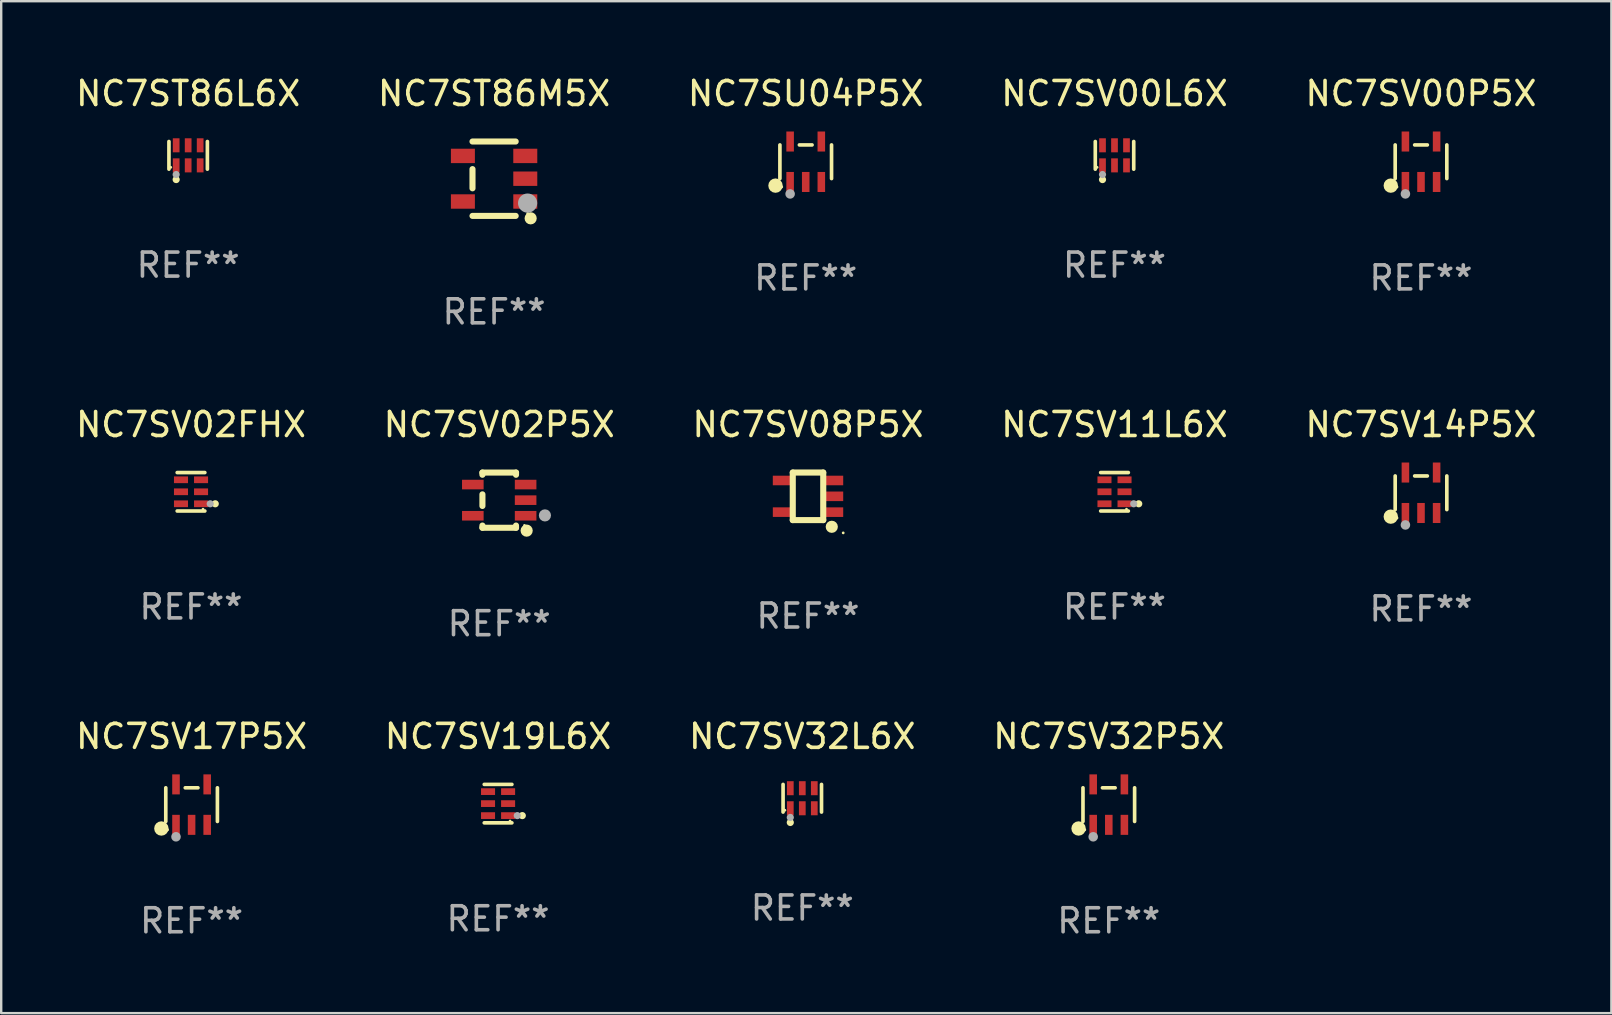
<source format=kicad_pcb>
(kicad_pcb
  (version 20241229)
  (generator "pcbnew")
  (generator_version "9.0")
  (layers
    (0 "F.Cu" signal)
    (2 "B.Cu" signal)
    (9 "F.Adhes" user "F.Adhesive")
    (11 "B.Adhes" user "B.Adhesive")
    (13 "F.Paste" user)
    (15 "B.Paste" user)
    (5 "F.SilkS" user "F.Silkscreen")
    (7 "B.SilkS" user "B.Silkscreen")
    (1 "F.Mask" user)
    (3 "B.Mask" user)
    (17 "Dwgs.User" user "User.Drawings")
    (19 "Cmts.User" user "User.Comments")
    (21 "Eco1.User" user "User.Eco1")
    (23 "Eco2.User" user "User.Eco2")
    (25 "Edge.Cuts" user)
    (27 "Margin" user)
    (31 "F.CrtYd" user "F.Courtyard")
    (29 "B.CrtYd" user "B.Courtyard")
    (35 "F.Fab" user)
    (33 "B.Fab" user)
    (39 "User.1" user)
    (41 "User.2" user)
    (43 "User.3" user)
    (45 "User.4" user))
  (footprint "NC7ST86L6X"
    (layer "F.Cu")
    (at 4.792 3.424)
    (property "Reference" "NC7ST86L6X" (at 0 -2.576 0) (layer "F.SilkS") (effects (font (size 1 1) (thickness 0.15))))
    (attr through_hole)
    (fp_line (start -0.801 0.576) (end -0.801 -0.576) (stroke (width 0.152) (type solid)) (layer "F.SilkS"))
    (fp_line (start 0.801 0.576) (end 0.801 -0.576) (stroke (width 0.152) (type solid)) (layer "F.SilkS"))
    (fp_circle (center -0.725 0.5) (end -0.695 0.5) (stroke (width 0.06) (type solid)) (fill no) (layer "F.SilkS"))
    (fp_circle (center -0.5 1.01) (end -0.425 1.01) (stroke (width 0.15) (type solid)) (fill no) (layer "F.SilkS"))
    (fp_circle (center -0.5 0.8) (end -0.425 0.8) (stroke (width 0.15) (type solid)) (fill no) (layer "F.Fab"))
    (fp_text user "REF**" (at 0 4.576 0) (layer "F.Fab") (effects (font (size 1 1) (thickness 0.15))))
    (pad "1" smd rect (at -0.5 0.418) (size 0.28 0.585) (layers "F.Cu" "F.Mask" "F.Paste"))
    (pad "2" smd rect (at 0 0.418) (size 0.28 0.585) (layers "F.Cu" "F.Mask" "F.Paste"))
    (pad "3" smd rect (at 0.5 0.418) (size 0.28 0.585) (layers "F.Cu" "F.Mask" "F.Paste"))
    (pad "4" smd rect (at 0.5 -0.418) (size 0.28 0.585) (layers "F.Cu" "F.Mask" "F.Paste"))
    (pad "5" smd rect (at 0 -0.418) (size 0.28 0.585) (layers "F.Cu" "F.Mask" "F.Paste"))
    (pad "6" smd rect (at -0.5 -0.418) (size 0.28 0.585) (layers "F.Cu" "F.Mask" "F.Paste")))
  (footprint "NC7SV02P5X"
    (layer "F.Cu")
    (at 17.756 17.795)
    (property "Reference" "NC7SV02P5X" (at 0 -3.15 0) (layer "F.SilkS") (effects (font (size 1 1) (thickness 0.15))))
    (attr through_hole)
    (fp_line (start -0.7 -1.15) (end 0.7 -1.15) (stroke (width 0.254) (type solid)) (layer "F.SilkS"))
    (fp_line (start -0.7 -1.058) (end -0.7 -1.15) (stroke (width 0.254) (type solid)) (layer "F.SilkS"))
    (fp_line (start -0.7 0.242) (end -0.7 -0.242) (stroke (width 0.254) (type solid)) (layer "F.SilkS"))
    (fp_line (start -0.7 1.15) (end -0.7 1.058) (stroke (width 0.254) (type solid)) (layer "F.SilkS"))
    (fp_line (start -0.7 1.15) (end 0.7 1.15) (stroke (width 0.254) (type solid)) (layer "F.SilkS"))
    (fp_line (start 0.7 -1.058) (end 0.7 -1.15) (stroke (width 0.254) (type solid)) (layer "F.SilkS"))
    (fp_line (start 0.7 1.15) (end 0.7 1.058) (stroke (width 0.254) (type solid)) (layer "F.SilkS"))
    (fp_circle (center 1.053 1.052) (end 1.083 1.052) (stroke (width 0.06) (type solid)) (fill no) (layer "F.SilkS"))
    (fp_circle (center 1.143 1.27) (end 1.27 1.27) (stroke (width 0.254) (type solid)) (fill no) (layer "F.SilkS"))
    (fp_circle (center 1.905 0.635) (end 2.032 0.635) (stroke (width 0.254) (type solid)) (fill no) (layer "F.Fab"))
    (fp_text user "REF**" (at 0 5.15 0) (layer "F.Fab") (effects (font (size 1 1) (thickness 0.15))))
    (pad "1" smd rect (at 1.1 0.65 90) (size 0.4 0.9) (layers "F.Cu" "F.Mask" "F.Paste"))
    (pad "2" smd rect (at 1.1 0.000076 90) (size 0.4 0.9) (layers "F.Cu" "F.Mask" "F.Paste"))
    (pad "3" smd rect (at 1.1 -0.65 90) (size 0.4 0.9) (layers "F.Cu" "F.Mask" "F.Paste"))
    (pad "4" smd rect (at -1.1 -0.65 90) (size 0.4 0.9) (layers "F.Cu" "F.Mask" "F.Paste"))
    (pad "5" smd rect (at -1.1 0.65 90) (size 0.4 0.9) (layers "F.Cu" "F.Mask" "F.Paste")))
  (footprint "NC7SV00P5X"
    (layer "F.Cu")
    (at 56.173 3.691)
    (property "Reference" "NC7SV00P5X" (at 0 -2.843 0) (layer "F.SilkS") (effects (font (size 1 1) (thickness 0.15))))
    (attr through_hole)
    (fp_line (start -1.076 0.701) (end -1.076 -0.701) (stroke (width 0.152) (type solid)) (layer "F.SilkS"))
    (fp_line (start 0.264 -0.701) (end -0.264 -0.701) (stroke (width 0.152) (type solid)) (layer "F.SilkS"))
    (fp_line (start 1.076 0.701) (end 1.076 -0.701) (stroke (width 0.152) (type solid)) (layer "F.SilkS"))
    (fp_circle (center -1.26 0.995) (end -1.11 0.995) (stroke (width 0.3) (type solid)) (fill no) (layer "F.SilkS"))
    (fp_circle (center -1 1.05) (end -0.97 1.05) (stroke (width 0.06) (type solid)) (fill no) (layer "F.SilkS"))
    (fp_circle (center -0.65 1.341) (end -0.55 1.341) (stroke (width 0.2) (type solid)) (fill no) (layer "F.Fab"))
    (fp_text user "REF**" (at 0 4.843 0) (layer "F.Fab") (effects (font (size 1 1) (thickness 0.15))))
    (pad "1" smd rect (at -0.65 0.843) (size 0.315 0.835) (layers "F.Cu" "F.Mask" "F.Paste"))
    (pad "2" smd rect (at 0.00014 0.843) (size 0.315 0.835) (layers "F.Cu" "F.Mask" "F.Paste"))
    (pad "3" smd rect (at 0.65 0.843) (size 0.315 0.835) (layers "F.Cu" "F.Mask" "F.Paste"))
    (pad "4" smd rect (at 0.65 -0.843) (size 0.315 0.835) (layers "F.Cu" "F.Mask" "F.Paste"))
    (pad "5" smd rect (at -0.65 -0.843) (size 0.315 0.835) (layers "F.Cu" "F.Mask" "F.Paste")))
  (footprint "NC7SV11L6X"
    (layer "F.Cu")
    (at 43.399 17.446)
    (property "Reference" "NC7SV11L6X" (at 0 -2.801 0) (layer "F.SilkS") (effects (font (size 1 1) (thickness 0.15))))
    (attr through_hole)
    (fp_line (start 0.576 -0.801) (end -0.576 -0.801) (stroke (width 0.152) (type solid)) (layer "F.SilkS"))
    (fp_line (start 0.576 0.801) (end -0.576 0.801) (stroke (width 0.152) (type solid)) (layer "F.SilkS"))
    (fp_circle (center 0.5 0.725) (end 0.53 0.725) (stroke (width 0.06) (type solid)) (fill no) (layer "F.SilkS"))
    (fp_circle (center 1.01 0.5) (end 1.085 0.5) (stroke (width 0.15) (type solid)) (fill no) (layer "F.SilkS"))
    (fp_circle (center 0.8 0.5) (end 0.875 0.5) (stroke (width 0.15) (type solid)) (fill no) (layer "F.Fab"))
    (fp_text user "REF**" (at 0 4.801 0) (layer "F.Fab") (effects (font (size 1 1) (thickness 0.15))))
    (pad "1" smd rect (at 0.418 0.5 90) (size 0.28 0.585) (layers "F.Cu" "F.Mask" "F.Paste"))
    (pad "2" smd rect (at 0.418 0 90) (size 0.28 0.585) (layers "F.Cu" "F.Mask" "F.Paste"))
    (pad "3" smd rect (at 0.418 -0.5 90) (size 0.28 0.585) (layers "F.Cu" "F.Mask" "F.Paste"))
    (pad "4" smd rect (at -0.418 -0.5 90) (size 0.28 0.585) (layers "F.Cu" "F.Mask" "F.Paste"))
    (pad "5" smd rect (at -0.418 0 90) (size 0.28 0.585) (layers "F.Cu" "F.Mask" "F.Paste"))
    (pad "6" smd rect (at -0.418 0.5 90) (size 0.28 0.585) (layers "F.Cu" "F.Mask" "F.Paste")))
  (footprint "NC7SV19L6X"
    (layer "F.Cu")
    (at 17.708 30.442)
    (property "Reference" "NC7SV19L6X" (at 0 -2.801 0) (layer "F.SilkS") (effects (font (size 1 1) (thickness 0.15))))
    (attr through_hole)
    (fp_line (start 0.576 -0.801) (end -0.576 -0.801) (stroke (width 0.152) (type solid)) (layer "F.SilkS"))
    (fp_line (start 0.576 0.801) (end -0.576 0.801) (stroke (width 0.152) (type solid)) (layer "F.SilkS"))
    (fp_circle (center 0.5 0.725) (end 0.53 0.725) (stroke (width 0.06) (type solid)) (fill no) (layer "F.SilkS"))
    (fp_circle (center 1.01 0.5) (end 1.085 0.5) (stroke (width 0.15) (type solid)) (fill no) (layer "F.SilkS"))
    (fp_circle (center 0.8 0.5) (end 0.875 0.5) (stroke (width 0.15) (type solid)) (fill no) (layer "F.Fab"))
    (fp_text user "REF**" (at 0 4.801 0) (layer "F.Fab") (effects (font (size 1 1) (thickness 0.15))))
    (pad "1" smd rect (at 0.418 0.5 90) (size 0.28 0.585) (layers "F.Cu" "F.Mask" "F.Paste"))
    (pad "2" smd rect (at 0.418 0 90) (size 0.28 0.585) (layers "F.Cu" "F.Mask" "F.Paste"))
    (pad "3" smd rect (at 0.418 -0.5 90) (size 0.28 0.585) (layers "F.Cu" "F.Mask" "F.Paste"))
    (pad "4" smd rect (at -0.418 -0.5 90) (size 0.28 0.585) (layers "F.Cu" "F.Mask" "F.Paste"))
    (pad "5" smd rect (at -0.418 0 90) (size 0.28 0.585) (layers "F.Cu" "F.Mask" "F.Paste"))
    (pad "6" smd rect (at -0.418 0.5 90) (size 0.28 0.585) (layers "F.Cu" "F.Mask" "F.Paste")))
  (footprint "NC7SU04P5X"
    (layer "F.Cu")
    (at 30.53 3.691)
    (property "Reference" "NC7SU04P5X" (at 0 -2.843 0) (layer "F.SilkS") (effects (font (size 1 1) (thickness 0.15))))
    (attr through_hole)
    (fp_line (start -1.076 0.701) (end -1.076 -0.701) (stroke (width 0.152) (type solid)) (layer "F.SilkS"))
    (fp_line (start 0.264 -0.701) (end -0.264 -0.701) (stroke (width 0.152) (type solid)) (layer "F.SilkS"))
    (fp_line (start 1.076 0.701) (end 1.076 -0.701) (stroke (width 0.152) (type solid)) (layer "F.SilkS"))
    (fp_circle (center -1.26 0.995) (end -1.11 0.995) (stroke (width 0.3) (type solid)) (fill no) (layer "F.SilkS"))
    (fp_circle (center -1 1.05) (end -0.97 1.05) (stroke (width 0.06) (type solid)) (fill no) (layer "F.SilkS"))
    (fp_circle (center -0.65 1.341) (end -0.55 1.341) (stroke (width 0.2) (type solid)) (fill no) (layer "F.Fab"))
    (fp_text user "REF**" (at 0 4.843 0) (layer "F.Fab") (effects (font (size 1 1) (thickness 0.15))))
    (pad "1" smd rect (at -0.65 0.843) (size 0.315 0.835) (layers "F.Cu" "F.Mask" "F.Paste"))
    (pad "2" smd rect (at 0.00014 0.843) (size 0.315 0.835) (layers "F.Cu" "F.Mask" "F.Paste"))
    (pad "3" smd rect (at 0.65 0.843) (size 0.315 0.835) (layers "F.Cu" "F.Mask" "F.Paste"))
    (pad "4" smd rect (at 0.65 -0.843) (size 0.315 0.835) (layers "F.Cu" "F.Mask" "F.Paste"))
    (pad "5" smd rect (at -0.65 -0.843) (size 0.315 0.835) (layers "F.Cu" "F.Mask" "F.Paste")))
  (footprint "NC7SV17P5X"
    (layer "F.Cu")
    (at 4.935 30.484)
    (property "Reference" "NC7SV17P5X" (at 0 -2.843 0) (layer "F.SilkS") (effects (font (size 1 1) (thickness 0.15))))
    (attr through_hole)
    (fp_line (start -1.076 0.701) (end -1.076 -0.701) (stroke (width 0.152) (type solid)) (layer "F.SilkS"))
    (fp_line (start 0.264 -0.701) (end -0.264 -0.701) (stroke (width 0.152) (type solid)) (layer "F.SilkS"))
    (fp_line (start 1.076 0.701) (end 1.076 -0.701) (stroke (width 0.152) (type solid)) (layer "F.SilkS"))
    (fp_circle (center -1.26 0.995) (end -1.11 0.995) (stroke (width 0.3) (type solid)) (fill no) (layer "F.SilkS"))
    (fp_circle (center -1 1.05) (end -0.97 1.05) (stroke (width 0.06) (type solid)) (fill no) (layer "F.SilkS"))
    (fp_circle (center -0.65 1.341) (end -0.55 1.341) (stroke (width 0.2) (type solid)) (fill no) (layer "F.Fab"))
    (fp_text user "REF**" (at 0 4.843 0) (layer "F.Fab") (effects (font (size 1 1) (thickness 0.15))))
    (pad "1" smd rect (at -0.65 0.843) (size 0.315 0.835) (layers "F.Cu" "F.Mask" "F.Paste"))
    (pad "2" smd rect (at 0.00014 0.843) (size 0.315 0.835) (layers "F.Cu" "F.Mask" "F.Paste"))
    (pad "3" smd rect (at 0.65 0.843) (size 0.315 0.835) (layers "F.Cu" "F.Mask" "F.Paste"))
    (pad "4" smd rect (at 0.65 -0.843) (size 0.315 0.835) (layers "F.Cu" "F.Mask" "F.Paste"))
    (pad "5" smd rect (at -0.65 -0.843) (size 0.315 0.835) (layers "F.Cu" "F.Mask" "F.Paste")))
  (footprint "NC7SV32P5X"
    (layer "F.Cu")
    (at 43.161 30.484)
    (property "Reference" "NC7SV32P5X" (at 0 -2.843 0) (layer "F.SilkS") (effects (font (size 1 1) (thickness 0.15))))
    (attr through_hole)
    (fp_line (start -1.076 0.701) (end -1.076 -0.701) (stroke (width 0.152) (type solid)) (layer "F.SilkS"))
    (fp_line (start 0.264 -0.701) (end -0.264 -0.701) (stroke (width 0.152) (type solid)) (layer "F.SilkS"))
    (fp_line (start 1.076 0.701) (end 1.076 -0.701) (stroke (width 0.152) (type solid)) (layer "F.SilkS"))
    (fp_circle (center -1.26 0.995) (end -1.11 0.995) (stroke (width 0.3) (type solid)) (fill no) (layer "F.SilkS"))
    (fp_circle (center -1 1.05) (end -0.97 1.05) (stroke (width 0.06) (type solid)) (fill no) (layer "F.SilkS"))
    (fp_circle (center -0.65 1.341) (end -0.55 1.341) (stroke (width 0.2) (type solid)) (fill no) (layer "F.Fab"))
    (fp_text user "REF**" (at 0 4.843 0) (layer "F.Fab") (effects (font (size 1 1) (thickness 0.15))))
    (pad "1" smd rect (at -0.65 0.843) (size 0.315 0.835) (layers "F.Cu" "F.Mask" "F.Paste"))
    (pad "2" smd rect (at 0.00014 0.843) (size 0.315 0.835) (layers "F.Cu" "F.Mask" "F.Paste"))
    (pad "3" smd rect (at 0.65 0.843) (size 0.315 0.835) (layers "F.Cu" "F.Mask" "F.Paste"))
    (pad "4" smd rect (at 0.65 -0.843) (size 0.315 0.835) (layers "F.Cu" "F.Mask" "F.Paste"))
    (pad "5" smd rect (at -0.65 -0.843) (size 0.315 0.835) (layers "F.Cu" "F.Mask" "F.Paste")))
  (footprint "NC7SV32L6X"
    (layer "F.Cu")
    (at 30.387 30.218)
    (property "Reference" "NC7SV32L6X" (at 0 -2.576 0) (layer "F.SilkS") (effects (font (size 1 1) (thickness 0.15))))
    (attr through_hole)
    (fp_line (start -0.801 0.576) (end -0.801 -0.576) (stroke (width 0.152) (type solid)) (layer "F.SilkS"))
    (fp_line (start 0.801 0.576) (end 0.801 -0.576) (stroke (width 0.152) (type solid)) (layer "F.SilkS"))
    (fp_circle (center -0.725 0.5) (end -0.695 0.5) (stroke (width 0.06) (type solid)) (fill no) (layer "F.SilkS"))
    (fp_circle (center -0.5 1.01) (end -0.425 1.01) (stroke (width 0.15) (type solid)) (fill no) (layer "F.SilkS"))
    (fp_circle (center -0.5 0.8) (end -0.425 0.8) (stroke (width 0.15) (type solid)) (fill no) (layer "F.Fab"))
    (fp_text user "REF**" (at 0 4.576 0) (layer "F.Fab") (effects (font (size 1 1) (thickness 0.15))))
    (pad "1" smd rect (at -0.5 0.418) (size 0.28 0.585) (layers "F.Cu" "F.Mask" "F.Paste"))
    (pad "2" smd rect (at 0 0.418) (size 0.28 0.585) (layers "F.Cu" "F.Mask" "F.Paste"))
    (pad "3" smd rect (at 0.5 0.418) (size 0.28 0.585) (layers "F.Cu" "F.Mask" "F.Paste"))
    (pad "4" smd rect (at 0.5 -0.418) (size 0.28 0.585) (layers "F.Cu" "F.Mask" "F.Paste"))
    (pad "5" smd rect (at 0 -0.418) (size 0.28 0.585) (layers "F.Cu" "F.Mask" "F.Paste"))
    (pad "6" smd rect (at -0.5 -0.418) (size 0.28 0.585) (layers "F.Cu" "F.Mask" "F.Paste")))
  (footprint "NC7SV14P5X"
    (layer "F.Cu")
    (at 56.173 17.487)
    (property "Reference" "NC7SV14P5X" (at 0 -2.843 0) (layer "F.SilkS") (effects (font (size 1 1) (thickness 0.15))))
    (attr through_hole)
    (fp_line (start -1.076 0.701) (end -1.076 -0.701) (stroke (width 0.152) (type solid)) (layer "F.SilkS"))
    (fp_line (start 0.264 -0.701) (end -0.264 -0.701) (stroke (width 0.152) (type solid)) (layer "F.SilkS"))
    (fp_line (start 1.076 0.701) (end 1.076 -0.701) (stroke (width 0.152) (type solid)) (layer "F.SilkS"))
    (fp_circle (center -1.26 0.995) (end -1.11 0.995) (stroke (width 0.3) (type solid)) (fill no) (layer "F.SilkS"))
    (fp_circle (center -1 1.05) (end -0.97 1.05) (stroke (width 0.06) (type solid)) (fill no) (layer "F.SilkS"))
    (fp_circle (center -0.65 1.341) (end -0.55 1.341) (stroke (width 0.2) (type solid)) (fill no) (layer "F.Fab"))
    (fp_text user "REF**" (at 0 4.843 0) (layer "F.Fab") (effects (font (size 1 1) (thickness 0.15))))
    (pad "1" smd rect (at -0.65 0.843) (size 0.315 0.835) (layers "F.Cu" "F.Mask" "F.Paste"))
    (pad "2" smd rect (at 0.00014 0.843) (size 0.315 0.835) (layers "F.Cu" "F.Mask" "F.Paste"))
    (pad "3" smd rect (at 0.65 0.843) (size 0.315 0.835) (layers "F.Cu" "F.Mask" "F.Paste"))
    (pad "4" smd rect (at 0.65 -0.843) (size 0.315 0.835) (layers "F.Cu" "F.Mask" "F.Paste"))
    (pad "5" smd rect (at -0.65 -0.843) (size 0.315 0.835) (layers "F.Cu" "F.Mask" "F.Paste")))
  (footprint "NC7ST86M5X"
    (layer "F.Cu")
    (at 17.542 4.398)
    (property "Reference" "NC7ST86M5X" (at 0 -3.55 0) (layer "F.SilkS") (effects (font (size 1 1) (thickness 0.15))))
    (attr through_hole)
    (fp_line (start -0.9 -1.55) (end 0.9 -1.55) (stroke (width 0.254) (type solid)) (layer "F.SilkS"))
    (fp_line (start -0.9 0.4) (end -0.9 -0.4) (stroke (width 0.254) (type solid)) (layer "F.SilkS"))
    (fp_line (start -0.9 1.55) (end 0.9 1.55) (stroke (width 0.254) (type solid)) (layer "F.SilkS"))
    (fp_circle (center 1.4 1.45) (end 1.43 1.45) (stroke (width 0.06) (type solid)) (fill no) (layer "F.SilkS"))
    (fp_circle (center 1.524 1.651) (end 1.651 1.651) (stroke (width 0.254) (type solid)) (fill no) (layer "F.SilkS"))
    (fp_circle (center 1.397 1.016) (end 1.597 1.016) (stroke (width 0.4) (type solid)) (fill no) (layer "F.Fab"))
    (fp_text user "REF**" (at 0 5.55 0) (layer "F.Fab") (effects (font (size 1 1) (thickness 0.15))))
    (pad "1" smd rect (at 1.3 0.95) (size 1 0.6) (layers "F.Cu" "F.Mask" "F.Paste"))
    (pad "2" smd rect (at 1.3 -0.000051) (size 1 0.6) (layers "F.Cu" "F.Mask" "F.Paste"))
    (pad "3" smd rect (at 1.3 -0.95) (size 1 0.6) (layers "F.Cu" "F.Mask" "F.Paste"))
    (pad "4" smd rect (at -1.3 -0.95) (size 1 0.6) (layers "F.Cu" "F.Mask" "F.Paste"))
    (pad "5" smd rect (at -1.3 0.95) (size 1 0.6) (layers "F.Cu" "F.Mask" "F.Paste")))
  (footprint "NC7SV02FHX"
    (layer "F.Cu")
    (at 4.911 17.446)
    (property "Reference" "NC7SV02FHX" (at 0 -2.801 0) (layer "F.SilkS") (effects (font (size 1 1) (thickness 0.15))))
    (attr through_hole)
    (fp_line (start 0.576 -0.801) (end -0.576 -0.801) (stroke (width 0.152) (type solid)) (layer "F.SilkS"))
    (fp_line (start 0.576 0.801) (end -0.576 0.801) (stroke (width 0.152) (type solid)) (layer "F.SilkS"))
    (fp_circle (center 0.5 0.725) (end 0.53 0.725) (stroke (width 0.06) (type solid)) (fill no) (layer "F.SilkS"))
    (fp_circle (center 1.01 0.5) (end 1.085 0.5) (stroke (width 0.15) (type solid)) (fill no) (layer "F.SilkS"))
    (fp_circle (center 0.8 0.5) (end 0.875 0.5) (stroke (width 0.15) (type solid)) (fill no) (layer "F.Fab"))
    (fp_text user "REF**" (at 0 4.801 0) (layer "F.Fab") (effects (font (size 1 1) (thickness 0.15))))
    (pad "1" smd rect (at 0.418 0.5 90) (size 0.28 0.585) (layers "F.Cu" "F.Mask" "F.Paste"))
    (pad "2" smd rect (at 0.418 0 90) (size 0.28 0.585) (layers "F.Cu" "F.Mask" "F.Paste"))
    (pad "3" smd rect (at 0.418 -0.5 90) (size 0.28 0.585) (layers "F.Cu" "F.Mask" "F.Paste"))
    (pad "4" smd rect (at -0.418 -0.5 90) (size 0.28 0.585) (layers "F.Cu" "F.Mask" "F.Paste"))
    (pad "5" smd rect (at -0.418 0 90) (size 0.28 0.585) (layers "F.Cu" "F.Mask" "F.Paste"))
    (pad "6" smd rect (at -0.418 0.5 90) (size 0.28 0.585) (layers "F.Cu" "F.Mask" "F.Paste")))
  (footprint "NC7SV08P5X"
    (layer "F.Cu")
    (at 30.625 17.635)
    (property "Reference" "NC7SV08P5X" (at 0 -2.991 0) (layer "F.SilkS") (effects (font (size 1 1) (thickness 0.15))))
    (attr through_hole)
    (fp_line (start -0.635 -0.991) (end 0.635 -0.991) (stroke (width 0.254) (type solid)) (layer "F.SilkS"))
    (fp_line (start -0.635 0.991) (end -0.635 -0.991) (stroke (width 0.254) (type solid)) (layer "F.SilkS"))
    (fp_line (start 0.635 -0.991) (end 0.635 0.991) (stroke (width 0.254) (type solid)) (layer "F.SilkS"))
    (fp_line (start 0.635 0.991) (end -0.635 0.991) (stroke (width 0.254) (type solid)) (layer "F.SilkS"))
    (fp_circle (center 0.991 1.27) (end 1.118 1.27) (stroke (width 0.254) (type solid)) (fill no) (layer "F.SilkS"))
    (fp_circle (center 1.467 1.524) (end 1.497 1.524) (stroke (width 0.06) (type solid)) (fill no) (layer "F.SilkS"))
    (fp_text user "REF**" (at 0 4.991 0) (layer "F.Fab") (effects (font (size 1 1) (thickness 0.15))))
    (pad "1" smd rect (at 1.067 0.66 180) (size 0.8 0.399) (layers "F.Cu" "F.Mask" "F.Paste"))
    (pad "2" smd rect (at 1.067 0 180) (size 0.8 0.399) (layers "F.Cu" "F.Mask" "F.Paste"))
    (pad "3" smd rect (at 1.067 -0.66 180) (size 0.8 0.399) (layers "F.Cu" "F.Mask" "F.Paste"))
    (pad "4" smd rect (at -1.067 -0.66 180) (size 0.8 0.399) (layers "F.Cu" "F.Mask" "F.Paste"))
    (pad "5" smd rect (at -1.066 0.659 180) (size 0.8 0.399) (layers "F.Cu" "F.Mask" "F.Paste")))
  (footprint "NC7SV00L6X"
    (layer "F.Cu")
    (at 43.399 3.424)
    (property "Reference" "NC7SV00L6X" (at 0 -2.576 0) (layer "F.SilkS") (effects (font (size 1 1) (thickness 0.15))))
    (attr through_hole)
    (fp_line (start -0.801 0.576) (end -0.801 -0.576) (stroke (width 0.152) (type solid)) (layer "F.SilkS"))
    (fp_line (start 0.801 0.576) (end 0.801 -0.576) (stroke (width 0.152) (type solid)) (layer "F.SilkS"))
    (fp_circle (center -0.725 0.5) (end -0.695 0.5) (stroke (width 0.06) (type solid)) (fill no) (layer "F.SilkS"))
    (fp_circle (center -0.5 1.01) (end -0.425 1.01) (stroke (width 0.15) (type solid)) (fill no) (layer "F.SilkS"))
    (fp_circle (center -0.5 0.8) (end -0.425 0.8) (stroke (width 0.15) (type solid)) (fill no) (layer "F.Fab"))
    (fp_text user "REF**" (at 0 4.576 0) (layer "F.Fab") (effects (font (size 1 1) (thickness 0.15))))
    (pad "1" smd rect (at -0.5 0.418) (size 0.28 0.585) (layers "F.Cu" "F.Mask" "F.Paste"))
    (pad "2" smd rect (at 0 0.418) (size 0.28 0.585) (layers "F.Cu" "F.Mask" "F.Paste"))
    (pad "3" smd rect (at 0.5 0.418) (size 0.28 0.585) (layers "F.Cu" "F.Mask" "F.Paste"))
    (pad "4" smd rect (at 0.5 -0.418) (size 0.28 0.585) (layers "F.Cu" "F.Mask" "F.Paste"))
    (pad "5" smd rect (at 0 -0.418) (size 0.28 0.585) (layers "F.Cu" "F.Mask" "F.Paste"))
    (pad "6" smd rect (at -0.5 -0.418) (size 0.28 0.585) (layers "F.Cu" "F.Mask" "F.Paste")))
  (gr_rect
    (start -3 -3)
    (end 64.107 39.175)
    (stroke (width 0.1) (type default))
    (fill no)
    (layer "Edge.Cuts")))
</source>
